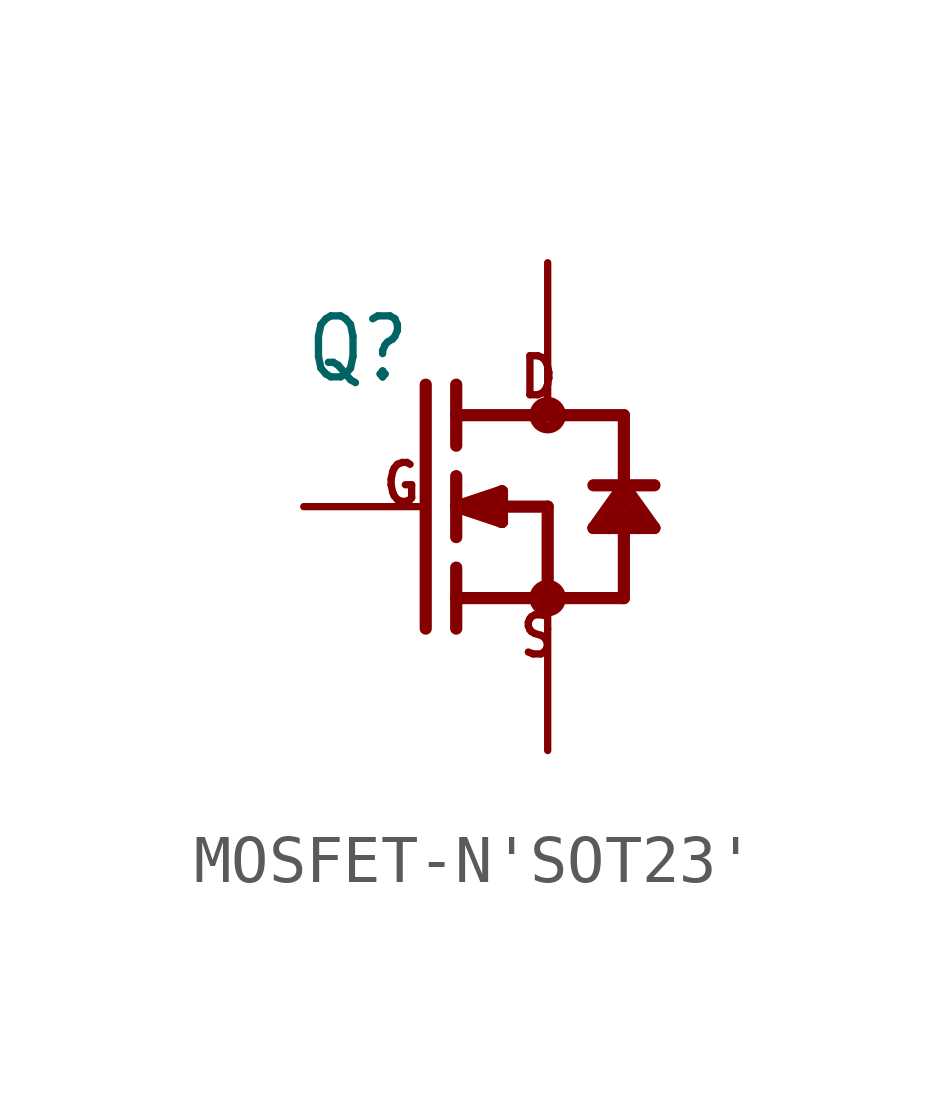
<source format=kicad_sym>
(kicad_symbol_lib
  (version 20220914)
  (generator kicad_symbol_editor)
  (symbol "MOSFET-N'SOT23'"
    (property "Reference" "Q"
      (at -5.08 2.54 0)
      (effects (font (size 1.27 1.079)) (justify left bottom)))
    (property "Value" ""
      (at -5.08 1.27 0)
      (effects (font (size 1.27 1.079)) (justify left bottom)))
    (property "ki_locked" ""
      (at 0 0 0)
      (effects (font (size 1.27 1.27))))
    (symbol "MOSFET-N'SOT23'_1_0"
      (circle (center 0 -1.905) (radius 0.254) (stroke (width 0.254) (type solid)) (fill (type none)))
      (polyline (pts (xy -2.54 2.54) (xy -2.54 -2.54)) (stroke (width 0.254) (type solid)) (fill (type none)))
      (polyline (pts (xy -1.905 -2.54) (xy -1.905 -1.905)) (stroke (width 0.254) (type solid)) (fill (type none)))
      (polyline (pts (xy -1.905 -1.905) (xy -1.905 -1.27)) (stroke (width 0.254) (type solid)) (fill (type none)))
      (polyline (pts (xy -1.905 -1.905) (xy 0 -1.905)) (stroke (width 0.254) (type solid)) (fill (type none)))
      (polyline (pts (xy -1.905 0) (xy -1.905 -0.635)) (stroke (width 0.254) (type solid)) (fill (type none)))
      (polyline (pts (xy -1.905 0) (xy -0.953 -0.318)) (stroke (width 0.254) (type solid)) (fill (type none)))
      (polyline (pts (xy -1.905 0) (xy -0.953 0.318)) (stroke (width 0.254) (type solid)) (fill (type none)))
      (polyline (pts (xy -1.905 0.635) (xy -1.905 0)) (stroke (width 0.254) (type solid)) (fill (type none)))
      (polyline (pts (xy -1.905 1.905) (xy -1.905 1.27)) (stroke (width 0.254) (type solid)) (fill (type none)))
      (polyline (pts (xy -1.905 1.905) (xy 0 1.905)) (stroke (width 0.254) (type solid)) (fill (type none)))
      (polyline (pts (xy -1.905 2.54) (xy -1.905 1.905)) (stroke (width 0.254) (type solid)) (fill (type none)))
      (polyline (pts (xy -1.587 0) (xy -0.953 -0.318)) (stroke (width 0.254) (type solid)) (fill (type none)))
      (polyline (pts (xy -0.953 -0.318) (xy -1.397 0.127)) (stroke (width 0.254) (type solid)) (fill (type none)))
      (polyline (pts (xy -0.953 -0.318) (xy -0.953 0.318)) (stroke (width 0.254) (type solid)) (fill (type none)))
      (polyline (pts (xy -0.953 0.318) (xy -1.587 0)) (stroke (width 0.254) (type solid)) (fill (type none)))
      (polyline (pts (xy 0 -1.905) (xy 0 -2.54)) (stroke (width 0.152) (type solid)) (fill (type none)))
      (polyline (pts (xy 0 0) (xy -1.587 0)) (stroke (width 0.254) (type solid)) (fill (type none)))
      (polyline (pts (xy 0 0) (xy 0 -1.905)) (stroke (width 0.254) (type solid)) (fill (type none)))
      (polyline (pts (xy 0 1.905) (xy 1.587 1.905)) (stroke (width 0.254) (type solid)) (fill (type none)))
      (polyline (pts (xy 0 2.54) (xy 0 1.905)) (stroke (width 0.152) (type solid)) (fill (type none)))
      (polyline (pts (xy 0.953 -0.445) (xy 1.587 0.445)) (stroke (width 0.254) (type solid)) (fill (type none)))
      (polyline (pts (xy 1.27 -0.445) (xy 0.953 -0.445)) (stroke (width 0.254) (type solid)) (fill (type none)))
      (polyline (pts (xy 1.587 -1.905) (xy 0 -1.905)) (stroke (width 0.254) (type solid)) (fill (type none)))
      (polyline (pts (xy 1.587 -1.905) (xy 1.587 0)) (stroke (width 0.254) (type solid)) (fill (type none)))
      (polyline (pts (xy 1.587 0) (xy 1.27 -0.445)) (stroke (width 0.254) (type solid)) (fill (type none)))
      (polyline (pts (xy 1.587 0) (xy 1.27 -0.318)) (stroke (width 0.254) (type solid)) (fill (type none)))
      (polyline (pts (xy 1.587 0) (xy 1.587 0.445)) (stroke (width 0.254) (type solid)) (fill (type none)))
      (polyline (pts (xy 1.587 0.445) (xy 0.953 0.445)) (stroke (width 0.254) (type solid)) (fill (type none)))
      (polyline (pts (xy 1.587 0.445) (xy 1.587 1.905)) (stroke (width 0.254) (type solid)) (fill (type none)))
      (polyline (pts (xy 1.587 0.445) (xy 2.223 -0.445)) (stroke (width 0.254) (type solid)) (fill (type none)))
      (polyline (pts (xy 1.905 -0.445) (xy 1.27 -0.445)) (stroke (width 0.254) (type solid)) (fill (type none)))
      (polyline (pts (xy 1.905 -0.445) (xy 1.587 0)) (stroke (width 0.254) (type solid)) (fill (type none)))
      (polyline (pts (xy 1.905 -0.318) (xy 1.587 0)) (stroke (width 0.254) (type solid)) (fill (type none)))
      (polyline (pts (xy 2.223 -0.445) (xy 1.905 -0.445)) (stroke (width 0.254) (type solid)) (fill (type none)))
      (polyline (pts (xy 2.223 0.445) (xy 1.587 0.445)) (stroke (width 0.254) (type solid)) (fill (type none)))
      (circle (center 0 1.905) (radius 0.254) (stroke (width 0.254) (type solid)) (fill (type none)))
      (text "D" (at -0.635 2.223 0) (effects (font (size 0.813 0.691)) (justify left bottom)))
      (text "G" (at -3.493 0 0) (effects (font (size 0.813 0.691)) (justify left bottom)))
      (text "S" (at -0.635 -3.175 0) (effects (font (size 0.813 0.691)) (justify left bottom)))
      (pin passive line (at -5.08 0 0) (length 2.54) (name "G" (effects (font (size 0 0)))) (number "1" (effects (font (size 0 0)))))
      (pin passive line (at 0 -5.08 90) (length 2.54) (name "S" (effects (font (size 0 0)))) (number "2" (effects (font (size 0 0)))))
      (pin passive line (at 0 5.08 270) (length 2.54) (name "D" (effects (font (size 0 0)))) (number "3" (effects (font (size 0 0))))))))
</source>
